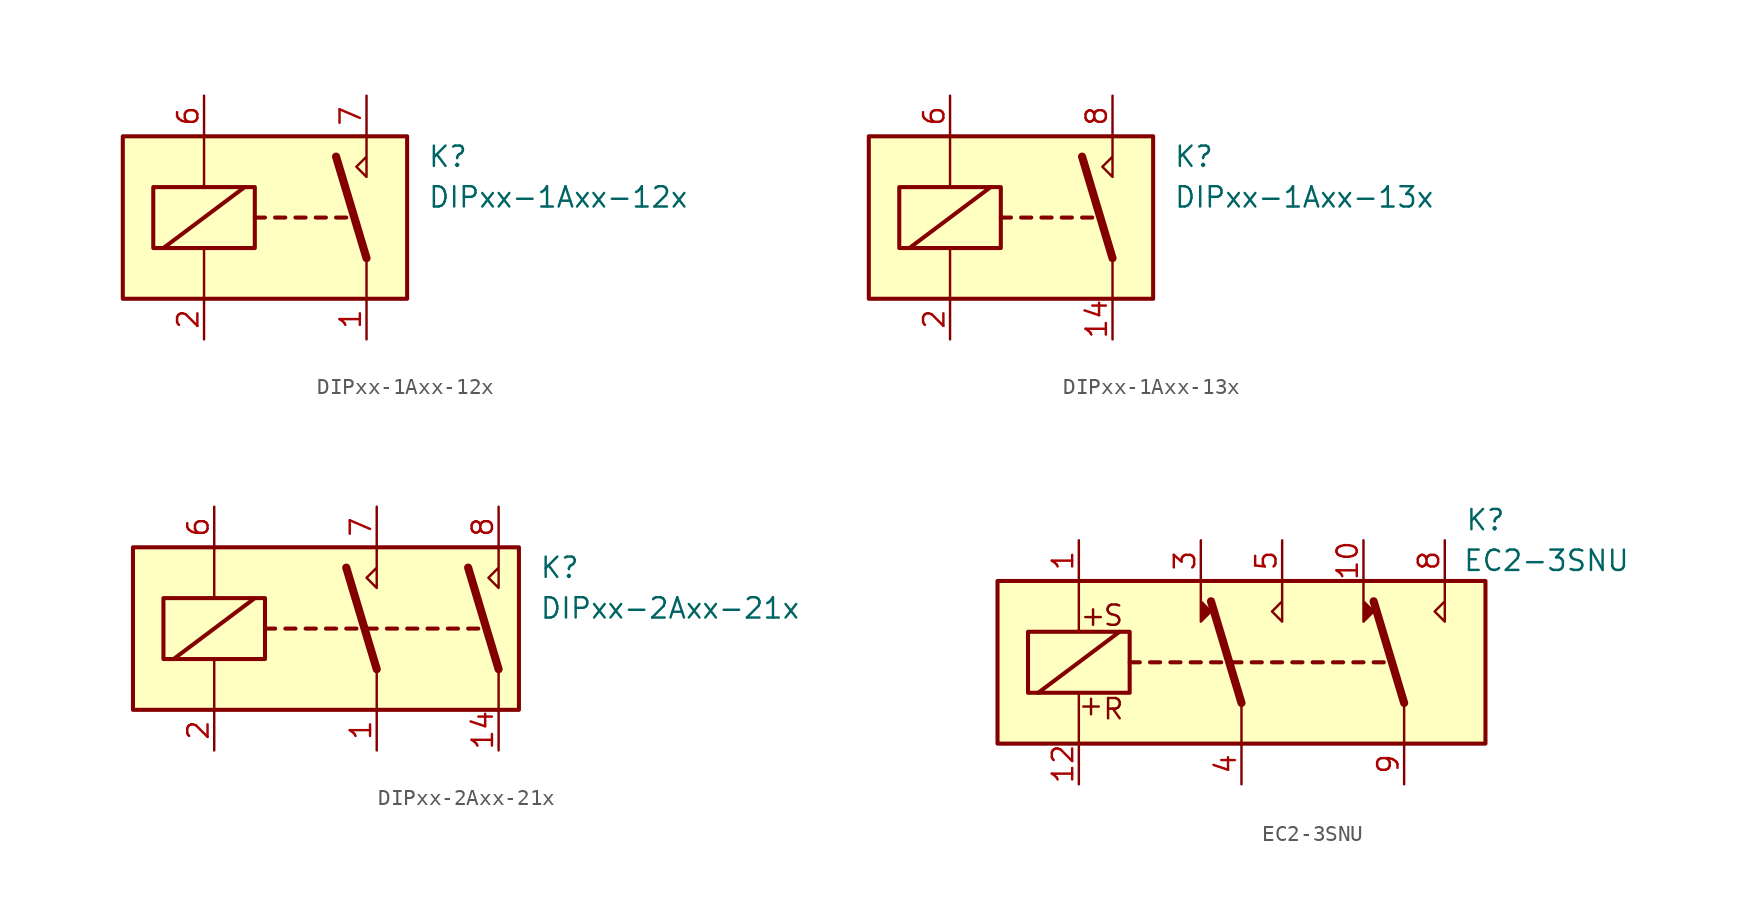
<source format=kicad_sym>
(kicad_symbol_lib
  (version 20211014)
  (generator kicad_symbol_editor)
  (symbol "DIPxx-1Axx-12x"
    (property "Reference" "K"
      (at 8.89 3.81 0)
      (effects (font (size 1.27 1.27)) (justify left)))
    (property "Value" "DIPxx-1Axx-12x"
      (at 8.89 1.27 0)
      (effects (font (size 1.27 1.27)) (justify left)))
    (symbol "DIPxx-1Axx-12x_0_0"
      (polyline (pts (xy 5.08 5.08) (xy 5.08 2.54) (xy 4.445 3.175) (xy 5.08 3.81)) (stroke (width 0) (type default) (color 0 0 0 0)) (fill (type none))))
    (symbol "DIPxx-1Axx-12x_0_1"
      (rectangle (start -10.16 5.08) (end 7.62 -5.08) (stroke (width 0.254) (type default) (color 0 0 0 0)) (fill (type background)))
      (rectangle (start -8.255 1.905) (end -1.905 -1.905) (stroke (width 0.254) (type default) (color 0 0 0 0)) (fill (type none)))
      (polyline (pts (xy -7.62 -1.905) (xy -2.54 1.905)) (stroke (width 0.254) (type default) (color 0 0 0 0)) (fill (type none)))
      (polyline (pts (xy -5.08 -5.08) (xy -5.08 -1.905)) (stroke (width 0) (type default) (color 0 0 0 0)) (fill (type none)))
      (polyline (pts (xy -5.08 5.08) (xy -5.08 1.905)) (stroke (width 0) (type default) (color 0 0 0 0)) (fill (type none)))
      (polyline (pts (xy -1.905 0) (xy -1.27 0)) (stroke (width 0.254) (type default) (color 0 0 0 0)) (fill (type none)))
      (polyline (pts (xy -0.635 0) (xy 0 0)) (stroke (width 0.254) (type default) (color 0 0 0 0)) (fill (type none)))
      (polyline (pts (xy 0.635 0) (xy 1.27 0)) (stroke (width 0.254) (type default) (color 0 0 0 0)) (fill (type none)))
      (polyline (pts (xy 1.905 0) (xy 2.54 0)) (stroke (width 0.254) (type default) (color 0 0 0 0)) (fill (type none)))
      (polyline (pts (xy 3.175 0) (xy 3.81 0)) (stroke (width 0.254) (type default) (color 0 0 0 0)) (fill (type none)))
      (polyline (pts (xy 5.08 -2.54) (xy 3.175 3.81)) (stroke (width 0.508) (type default) (color 0 0 0 0)) (fill (type none)))
      (polyline (pts (xy 5.08 -2.54) (xy 5.08 -5.08)) (stroke (width 0) (type default) (color 0 0 0 0)) (fill (type none))))
    (symbol "DIPxx-1Axx-12x_1_1"
      (pin passive line (at 5.08 -7.62 90) (length 2.54) (name "~" (effects (font (size 1.27 1.27)))) (number "1" (effects (font (size 1.27 1.27)))))
      (pin passive line (at -5.08 -7.62 90) (length 2.54) hide (name "~" (effects (font (size 1.27 1.27)))) (number "13" (effects (font (size 1.27 1.27)))))
      (pin passive line (at 5.08 -7.62 90) (length 2.54) hide (name "~" (effects (font (size 1.27 1.27)))) (number "14" (effects (font (size 1.27 1.27)))))
      (pin passive line (at -5.08 -7.62 90) (length 2.54) (name "~" (effects (font (size 1.27 1.27)))) (number "2" (effects (font (size 1.27 1.27)))))
      (pin passive line (at -5.08 7.62 270) (length 2.54) (name "~" (effects (font (size 1.27 1.27)))) (number "6" (effects (font (size 1.27 1.27)))))
      (pin passive line (at 5.08 7.62 270) (length 2.54) (name "~" (effects (font (size 1.27 1.27)))) (number "7" (effects (font (size 1.27 1.27)))))
      (pin passive line (at 5.08 7.62 270) (length 2.54) hide (name "~" (effects (font (size 1.27 1.27)))) (number "8" (effects (font (size 1.27 1.27)))))))
  (symbol "DIPxx-1Axx-13x"
    (property "Reference" "K"
      (at 8.89 3.81 0)
      (effects (font (size 1.27 1.27)) (justify left)))
    (property "Value" "DIPxx-1Axx-13x"
      (at 8.89 1.27 0)
      (effects (font (size 1.27 1.27)) (justify left)))
    (symbol "DIPxx-1Axx-13x_0_0"
      (polyline (pts (xy 5.08 5.08) (xy 5.08 2.54) (xy 4.445 3.175) (xy 5.08 3.81)) (stroke (width 0) (type default) (color 0 0 0 0)) (fill (type none))))
    (symbol "DIPxx-1Axx-13x_0_1"
      (rectangle (start -10.16 5.08) (end 7.62 -5.08) (stroke (width 0.254) (type default) (color 0 0 0 0)) (fill (type background)))
      (rectangle (start -8.255 1.905) (end -1.905 -1.905) (stroke (width 0.254) (type default) (color 0 0 0 0)) (fill (type none)))
      (polyline (pts (xy -7.62 -1.905) (xy -2.54 1.905)) (stroke (width 0.254) (type default) (color 0 0 0 0)) (fill (type none)))
      (polyline (pts (xy -5.08 -5.08) (xy -5.08 -1.905)) (stroke (width 0) (type default) (color 0 0 0 0)) (fill (type none)))
      (polyline (pts (xy -5.08 5.08) (xy -5.08 1.905)) (stroke (width 0) (type default) (color 0 0 0 0)) (fill (type none)))
      (polyline (pts (xy -1.905 0) (xy -1.27 0)) (stroke (width 0.254) (type default) (color 0 0 0 0)) (fill (type none)))
      (polyline (pts (xy -0.635 0) (xy 0 0)) (stroke (width 0.254) (type default) (color 0 0 0 0)) (fill (type none)))
      (polyline (pts (xy 0.635 0) (xy 1.27 0)) (stroke (width 0.254) (type default) (color 0 0 0 0)) (fill (type none)))
      (polyline (pts (xy 1.905 0) (xy 2.54 0)) (stroke (width 0.254) (type default) (color 0 0 0 0)) (fill (type none)))
      (polyline (pts (xy 3.175 0) (xy 3.81 0)) (stroke (width 0.254) (type default) (color 0 0 0 0)) (fill (type none)))
      (polyline (pts (xy 5.08 -2.54) (xy 3.175 3.81)) (stroke (width 0.508) (type default) (color 0 0 0 0)) (fill (type none)))
      (polyline (pts (xy 5.08 -2.54) (xy 5.08 -5.08)) (stroke (width 0) (type default) (color 0 0 0 0)) (fill (type none))))
    (symbol "DIPxx-1Axx-13x_1_1"
      (pin passive line (at 5.08 -7.62 90) (length 2.54) (name "~" (effects (font (size 1.27 1.27)))) (number "14" (effects (font (size 1.27 1.27)))))
      (pin passive line (at -5.08 -7.62 90) (length 2.54) (name "~" (effects (font (size 1.27 1.27)))) (number "2" (effects (font (size 1.27 1.27)))))
      (pin passive line (at -5.08 7.62 270) (length 2.54) (name "~" (effects (font (size 1.27 1.27)))) (number "6" (effects (font (size 1.27 1.27)))))
      (pin passive line (at 5.08 7.62 270) (length 2.54) (name "~" (effects (font (size 1.27 1.27)))) (number "8" (effects (font (size 1.27 1.27)))))))
  (symbol "DIPxx-2Axx-21x"
    (property "Reference" "K"
      (at 12.7 3.81 0)
      (effects (font (size 1.27 1.27)) (justify left)))
    (property "Value" "DIPxx-2Axx-21x"
      (at 12.7 1.27 0)
      (effects (font (size 1.27 1.27)) (justify left)))
    (symbol "DIPxx-2Axx-21x_0_0"
      (polyline (pts (xy 2.54 5.08) (xy 2.54 2.54) (xy 1.905 3.175) (xy 2.54 3.81)) (stroke (width 0) (type default) (color 0 0 0 0)) (fill (type none)))
      (polyline (pts (xy 10.16 5.08) (xy 10.16 2.54) (xy 9.525 3.175) (xy 10.16 3.81)) (stroke (width 0) (type default) (color 0 0 0 0)) (fill (type none))))
    (symbol "DIPxx-2Axx-21x_0_1"
      (rectangle (start -12.7 5.08) (end 11.43 -5.08) (stroke (width 0.254) (type default) (color 0 0 0 0)) (fill (type background)))
      (rectangle (start -10.795 1.905) (end -4.445 -1.905) (stroke (width 0.254) (type default) (color 0 0 0 0)) (fill (type none)))
      (polyline (pts (xy -10.16 -1.905) (xy -5.08 1.905)) (stroke (width 0.254) (type default) (color 0 0 0 0)) (fill (type none)))
      (polyline (pts (xy -7.62 -5.08) (xy -7.62 -1.905)) (stroke (width 0) (type default) (color 0 0 0 0)) (fill (type none)))
      (polyline (pts (xy -7.62 5.08) (xy -7.62 1.905)) (stroke (width 0) (type default) (color 0 0 0 0)) (fill (type none)))
      (polyline (pts (xy -4.445 0) (xy -3.81 0)) (stroke (width 0.254) (type default) (color 0 0 0 0)) (fill (type none)))
      (polyline (pts (xy -3.175 0) (xy -2.54 0)) (stroke (width 0.254) (type default) (color 0 0 0 0)) (fill (type none)))
      (polyline (pts (xy -1.905 0) (xy -1.27 0)) (stroke (width 0.254) (type default) (color 0 0 0 0)) (fill (type none)))
      (polyline (pts (xy -0.635 0) (xy 0 0)) (stroke (width 0.254) (type default) (color 0 0 0 0)) (fill (type none)))
      (polyline (pts (xy 0.635 0) (xy 1.27 0)) (stroke (width 0.254) (type default) (color 0 0 0 0)) (fill (type none)))
      (polyline (pts (xy 1.905 0) (xy 2.54 0)) (stroke (width 0.254) (type default) (color 0 0 0 0)) (fill (type none)))
      (polyline (pts (xy 2.54 -2.54) (xy 0.635 3.81)) (stroke (width 0.508) (type default) (color 0 0 0 0)) (fill (type none)))
      (polyline (pts (xy 2.54 -2.54) (xy 2.54 -5.08)) (stroke (width 0) (type default) (color 0 0 0 0)) (fill (type none)))
      (polyline (pts (xy 3.175 0) (xy 3.81 0)) (stroke (width 0.254) (type default) (color 0 0 0 0)) (fill (type none)))
      (polyline (pts (xy 4.445 0) (xy 5.08 0)) (stroke (width 0.254) (type default) (color 0 0 0 0)) (fill (type none)))
      (polyline (pts (xy 5.715 0) (xy 6.35 0)) (stroke (width 0.254) (type default) (color 0 0 0 0)) (fill (type none)))
      (polyline (pts (xy 6.985 0) (xy 7.62 0)) (stroke (width 0.254) (type default) (color 0 0 0 0)) (fill (type none)))
      (polyline (pts (xy 8.255 0) (xy 8.89 0)) (stroke (width 0.254) (type default) (color 0 0 0 0)) (fill (type none)))
      (polyline (pts (xy 10.16 -2.54) (xy 8.255 3.81)) (stroke (width 0.508) (type default) (color 0 0 0 0)) (fill (type none)))
      (polyline (pts (xy 10.16 -2.54) (xy 10.16 -5.08)) (stroke (width 0) (type default) (color 0 0 0 0)) (fill (type none))))
    (symbol "DIPxx-2Axx-21x_1_1"
      (pin passive line (at 2.54 -7.62 90) (length 2.54) (name "~" (effects (font (size 1.27 1.27)))) (number "1" (effects (font (size 1.27 1.27)))))
      (pin passive line (at 10.16 -7.62 90) (length 2.54) (name "~" (effects (font (size 1.27 1.27)))) (number "14" (effects (font (size 1.27 1.27)))))
      (pin passive line (at -7.62 -7.62 90) (length 2.54) (name "~" (effects (font (size 1.27 1.27)))) (number "2" (effects (font (size 1.27 1.27)))))
      (pin passive line (at -7.62 7.62 270) (length 2.54) (name "~" (effects (font (size 1.27 1.27)))) (number "6" (effects (font (size 1.27 1.27)))))
      (pin passive line (at 2.54 7.62 270) (length 2.54) (name "~" (effects (font (size 1.27 1.27)))) (number "7" (effects (font (size 1.27 1.27)))))
      (pin passive line (at 10.16 7.62 270) (length 2.54) (name "~" (effects (font (size 1.27 1.27)))) (number "8" (effects (font (size 1.27 1.27)))))))
  (symbol "EC2-3SNU"
    (property "Reference" "K"
      (at 15.24 8.89 0)
      (effects (font (size 1.27 1.27))))
    (property "Value" "EC2-3SNU"
      (at 19.05 6.35 0)
      (effects (font (size 1.27 1.27))))
    (symbol "EC2-3SNU_0_0"
      (text "S" (at -8.001 2.921 0) (effects (font (size 1.27 1.27)))))
    (symbol "EC2-3SNU_1_1"
      (rectangle (start -15.24 5.08) (end 15.24 -5.08) (stroke (width 0.254) (type default) (color 0 0 0 0)) (fill (type background)))
      (rectangle (start -13.335 1.905) (end -6.985 -1.905) (stroke (width 0.254) (type default) (color 0 0 0 0)) (fill (type none)))
      (polyline (pts (xy -12.7 -1.905) (xy -7.62 1.905)) (stroke (width 0.254) (type default) (color 0 0 0 0)) (fill (type none)))
      (polyline (pts (xy -10.16 -5.08) (xy -10.16 -1.905)) (stroke (width 0) (type default) (color 0 0 0 0)) (fill (type none)))
      (polyline (pts (xy -10.16 5.08) (xy -10.16 1.905)) (stroke (width 0) (type default) (color 0 0 0 0)) (fill (type none)))
      (polyline (pts (xy -6.985 0) (xy -6.35 0)) (stroke (width 0.254) (type default) (color 0 0 0 0)) (fill (type none)))
      (polyline (pts (xy -5.715 0) (xy -5.08 0)) (stroke (width 0.254) (type default) (color 0 0 0 0)) (fill (type none)))
      (polyline (pts (xy -4.445 0) (xy -3.81 0)) (stroke (width 0.254) (type default) (color 0 0 0 0)) (fill (type none)))
      (polyline (pts (xy -3.175 0) (xy -2.54 0)) (stroke (width 0.254) (type default) (color 0 0 0 0)) (fill (type none)))
      (polyline (pts (xy -1.905 0) (xy -1.27 0)) (stroke (width 0.254) (type default) (color 0 0 0 0)) (fill (type none)))
      (polyline (pts (xy -0.635 0) (xy 0 0)) (stroke (width 0.254) (type default) (color 0 0 0 0)) (fill (type none)))
      (polyline (pts (xy 0 -2.54) (xy -1.905 3.81)) (stroke (width 0.508) (type default) (color 0 0 0 0)) (fill (type none)))
      (polyline (pts (xy 0 -2.54) (xy 0 -5.08)) (stroke (width 0) (type default) (color 0 0 0 0)) (fill (type none)))
      (polyline (pts (xy 0.635 0) (xy 1.27 0)) (stroke (width 0.254) (type default) (color 0 0 0 0)) (fill (type none)))
      (polyline (pts (xy 1.905 0) (xy 2.54 0)) (stroke (width 0.254) (type default) (color 0 0 0 0)) (fill (type none)))
      (polyline (pts (xy 3.175 0) (xy 3.81 0)) (stroke (width 0.254) (type default) (color 0 0 0 0)) (fill (type none)))
      (polyline (pts (xy 4.445 0) (xy 5.08 0)) (stroke (width 0.254) (type default) (color 0 0 0 0)) (fill (type none)))
      (polyline (pts (xy 5.715 0) (xy 6.35 0)) (stroke (width 0.254) (type default) (color 0 0 0 0)) (fill (type none)))
      (polyline (pts (xy 6.985 0) (xy 7.62 0)) (stroke (width 0.254) (type default) (color 0 0 0 0)) (fill (type none)))
      (polyline (pts (xy 8.255 0) (xy 8.89 0)) (stroke (width 0.254) (type default) (color 0 0 0 0)) (fill (type none)))
      (polyline (pts (xy 10.16 -2.54) (xy 8.255 3.81)) (stroke (width 0.508) (type default) (color 0 0 0 0)) (fill (type none)))
      (polyline (pts (xy 10.16 -2.54) (xy 10.16 -5.08)) (stroke (width 0) (type default) (color 0 0 0 0)) (fill (type none)))
      (polyline (pts (xy -2.54 5.08) (xy -2.54 2.54) (xy -1.905 3.175) (xy -2.54 3.81)) (stroke (width 0) (type default) (color 0 0 0 0)) (fill (type outline)))
      (polyline (pts (xy 2.54 5.08) (xy 2.54 2.54) (xy 1.905 3.175) (xy 2.54 3.81)) (stroke (width 0) (type default) (color 0 0 0 0)) (fill (type none)))
      (polyline (pts (xy 7.62 5.08) (xy 7.62 2.54) (xy 8.255 3.175) (xy 7.62 3.81)) (stroke (width 0) (type default) (color 0 0 0 0)) (fill (type outline)))
      (polyline (pts (xy 12.7 5.08) (xy 12.7 2.54) (xy 12.065 3.175) (xy 12.7 3.81)) (stroke (width 0) (type default) (color 0 0 0 0)) (fill (type none)))
      (text "+" (at -9.398 -2.667 0) (effects (font (size 1.27 1.27))))
      (text "+" (at -9.271 2.921 0) (effects (font (size 1.27 1.27))))
      (text "R" (at -8.001 -2.921 0) (effects (font (size 1.27 1.27))))
      (pin passive line (at -10.16 7.62 270) (length 2.54) (name "~" (effects (font (size 1.27 1.27)))) (number "1" (effects (font (size 1.27 1.27)))))
      (pin passive line (at 7.62 7.62 270) (length 2.54) (name "~" (effects (font (size 1.27 1.27)))) (number "10" (effects (font (size 1.27 1.27)))))
      (pin passive line (at -10.16 -7.62 90) (length 2.54) (name "~" (effects (font (size 1.27 1.27)))) (number "12" (effects (font (size 1.27 1.27)))))
      (pin passive line (at -2.54 7.62 270) (length 2.54) (name "~" (effects (font (size 1.27 1.27)))) (number "3" (effects (font (size 1.27 1.27)))))
      (pin passive line (at 0 -7.62 90) (length 2.54) (name "~" (effects (font (size 1.27 1.27)))) (number "4" (effects (font (size 1.27 1.27)))))
      (pin passive line (at 2.54 7.62 270) (length 2.54) (name "~" (effects (font (size 1.27 1.27)))) (number "5" (effects (font (size 1.27 1.27)))))
      (pin passive line (at 12.7 7.62 270) (length 2.54) (name "~" (effects (font (size 1.27 1.27)))) (number "8" (effects (font (size 1.27 1.27)))))
      (pin passive line (at 10.16 -7.62 90) (length 2.54) (name "~" (effects (font (size 1.27 1.27)))) (number "9" (effects (font (size 1.27 1.27))))))))
</source>
